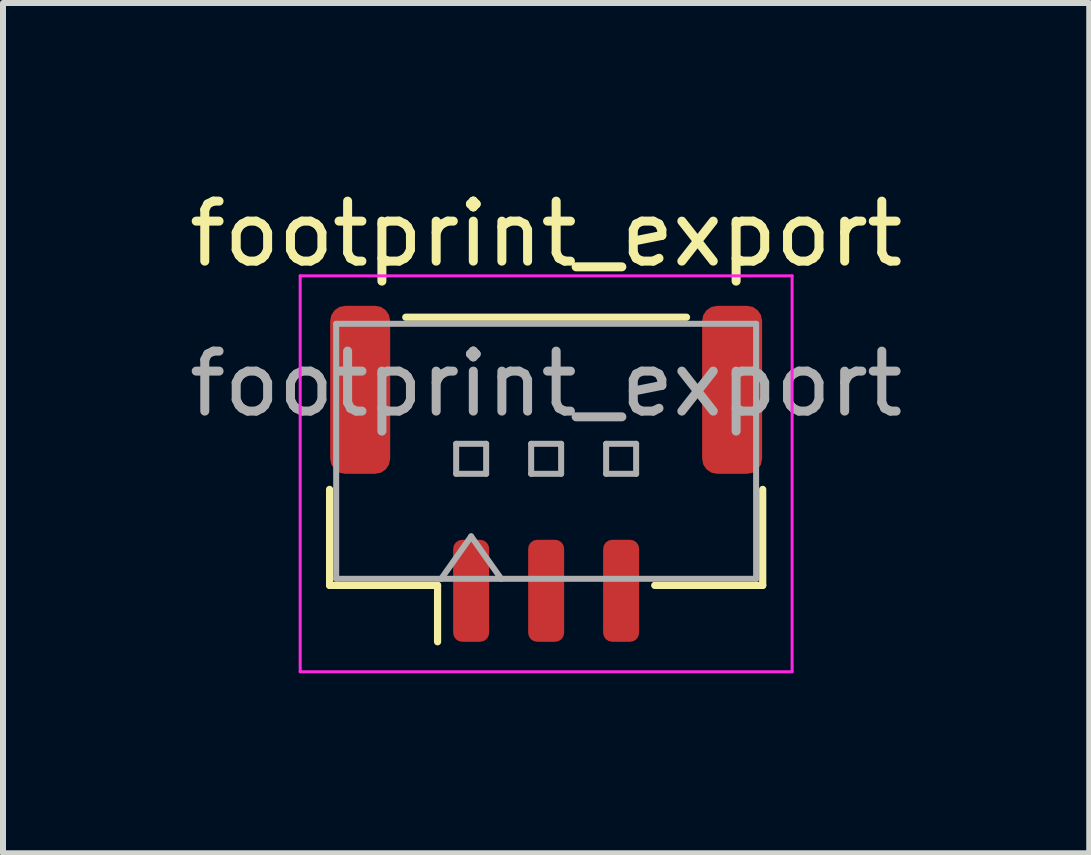
<source format=kicad_pcb>
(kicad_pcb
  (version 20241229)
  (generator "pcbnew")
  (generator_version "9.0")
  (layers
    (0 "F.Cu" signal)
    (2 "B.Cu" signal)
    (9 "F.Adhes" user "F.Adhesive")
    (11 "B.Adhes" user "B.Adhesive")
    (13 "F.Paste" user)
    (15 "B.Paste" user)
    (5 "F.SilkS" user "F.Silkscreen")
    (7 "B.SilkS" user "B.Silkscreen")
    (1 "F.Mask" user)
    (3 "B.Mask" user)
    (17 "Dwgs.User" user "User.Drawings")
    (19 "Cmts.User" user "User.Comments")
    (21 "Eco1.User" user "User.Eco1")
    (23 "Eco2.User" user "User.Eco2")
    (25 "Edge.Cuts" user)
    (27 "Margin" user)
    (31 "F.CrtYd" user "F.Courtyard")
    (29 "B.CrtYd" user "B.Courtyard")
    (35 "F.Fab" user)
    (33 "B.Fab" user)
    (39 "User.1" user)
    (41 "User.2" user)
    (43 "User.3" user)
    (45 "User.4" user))
  (footprint "footprint_export"
    (layer "F.Cu")
    (at 6.054 4.848)
    (property "Reference" "footprint_export" (at 0 -4 0) (layer "F.SilkS") (effects (font (size 1 1) (thickness 0.15))))
    (attr smd)
    (fp_line (start -3.61 0.26) (end -3.61 1.86) (stroke (width 0.12) (type solid)) (layer "F.SilkS"))
    (fp_line (start -3.61 1.86) (end -1.81 1.86) (stroke (width 0.12) (type solid)) (layer "F.SilkS"))
    (fp_line (start -2.34 -2.61) (end 2.34 -2.61) (stroke (width 0.12) (type solid)) (layer "F.SilkS"))
    (fp_line (start -1.81 1.86) (end -1.81 2.8) (stroke (width 0.12) (type solid)) (layer "F.SilkS"))
    (fp_line (start 3.61 0.26) (end 3.61 1.86) (stroke (width 0.12) (type solid)) (layer "F.SilkS"))
    (fp_line (start 3.61 1.86) (end 1.81 1.86) (stroke (width 0.12) (type solid)) (layer "F.SilkS"))
    (fp_line (start -4.1 -3.3) (end -4.1 3.3) (stroke (width 0.05) (type solid)) (layer "F.CrtYd"))
    (fp_line (start -4.1 3.3) (end 4.1 3.3) (stroke (width 0.05) (type solid)) (layer "F.CrtYd"))
    (fp_line (start 4.1 -3.3) (end -4.1 -3.3) (stroke (width 0.05) (type solid)) (layer "F.CrtYd"))
    (fp_line (start 4.1 3.3) (end 4.1 -3.3) (stroke (width 0.05) (type solid)) (layer "F.CrtYd"))
    (fp_line (start -3.5 -2.5) (end 3.5 -2.5) (stroke (width 0.1) (type solid)) (layer "F.Fab"))
    (fp_line (start -3.5 1.75) (end -3.5 -2.5) (stroke (width 0.1) (type solid)) (layer "F.Fab"))
    (fp_line (start -3.5 1.75) (end 3.5 1.75) (stroke (width 0.1) (type solid)) (layer "F.Fab"))
    (fp_line (start -1.75 1.75) (end -1.25 1.043) (stroke (width 0.1) (type solid)) (layer "F.Fab"))
    (fp_line (start -1.5 -0.5) (end -1.5 0) (stroke (width 0.1) (type solid)) (layer "F.Fab"))
    (fp_line (start -1.5 0) (end -1 0) (stroke (width 0.1) (type solid)) (layer "F.Fab"))
    (fp_line (start -1.25 1.043) (end -0.75 1.75) (stroke (width 0.1) (type solid)) (layer "F.Fab"))
    (fp_line (start -1 -0.5) (end -1.5 -0.5) (stroke (width 0.1) (type solid)) (layer "F.Fab"))
    (fp_line (start -1 0) (end -1 -0.5) (stroke (width 0.1) (type solid)) (layer "F.Fab"))
    (fp_line (start -0.25 -0.5) (end -0.25 0) (stroke (width 0.1) (type solid)) (layer "F.Fab"))
    (fp_line (start -0.25 0) (end 0.25 0) (stroke (width 0.1) (type solid)) (layer "F.Fab"))
    (fp_line (start 0.25 -0.5) (end -0.25 -0.5) (stroke (width 0.1) (type solid)) (layer "F.Fab"))
    (fp_line (start 0.25 0) (end 0.25 -0.5) (stroke (width 0.1) (type solid)) (layer "F.Fab"))
    (fp_line (start 1 -0.5) (end 1 0) (stroke (width 0.1) (type solid)) (layer "F.Fab"))
    (fp_line (start 1 0) (end 1.5 0) (stroke (width 0.1) (type solid)) (layer "F.Fab"))
    (fp_line (start 1.5 -0.5) (end 1 -0.5) (stroke (width 0.1) (type solid)) (layer "F.Fab"))
    (fp_line (start 1.5 0) (end 1.5 -0.5) (stroke (width 0.1) (type solid)) (layer "F.Fab"))
    (fp_line (start 3.5 1.75) (end 3.5 -2.5) (stroke (width 0.1) (type solid)) (layer "F.Fab"))
    (fp_text user "${REFERENCE}" (at 0 -1.5 0) (layer "F.Fab") (effects (font (size 1 1) (thickness 0.15))))
    (pad "1" smd roundrect (at -1.25 1.95) (size 0.6 1.7) (layers "F.Cu" "F.Mask" "F.Paste") (roundrect_rratio 0.25))
    (pad "2" smd roundrect (at 0 1.95) (size 0.6 1.7) (layers "F.Cu" "F.Mask" "F.Paste") (roundrect_rratio 0.25))
    (pad "3" smd roundrect (at 1.25 1.95) (size 0.6 1.7) (layers "F.Cu" "F.Mask" "F.Paste") (roundrect_rratio 0.25))
    (pad "MP" smd roundrect (at -3.1 -1.4) (size 1 2.8) (layers "F.Cu" "F.Mask" "F.Paste") (roundrect_rratio 0.25))
    (pad "MP" smd roundrect (at 3.1 -1.4) (size 1 2.8) (layers "F.Cu" "F.Mask" "F.Paste") (roundrect_rratio 0.25)))
  (gr_rect
    (start -3 -3)
    (end 15.107 11.173)
    (stroke (width 0.1) (type default))
    (fill no)
    (layer "Edge.Cuts")))
</source>
